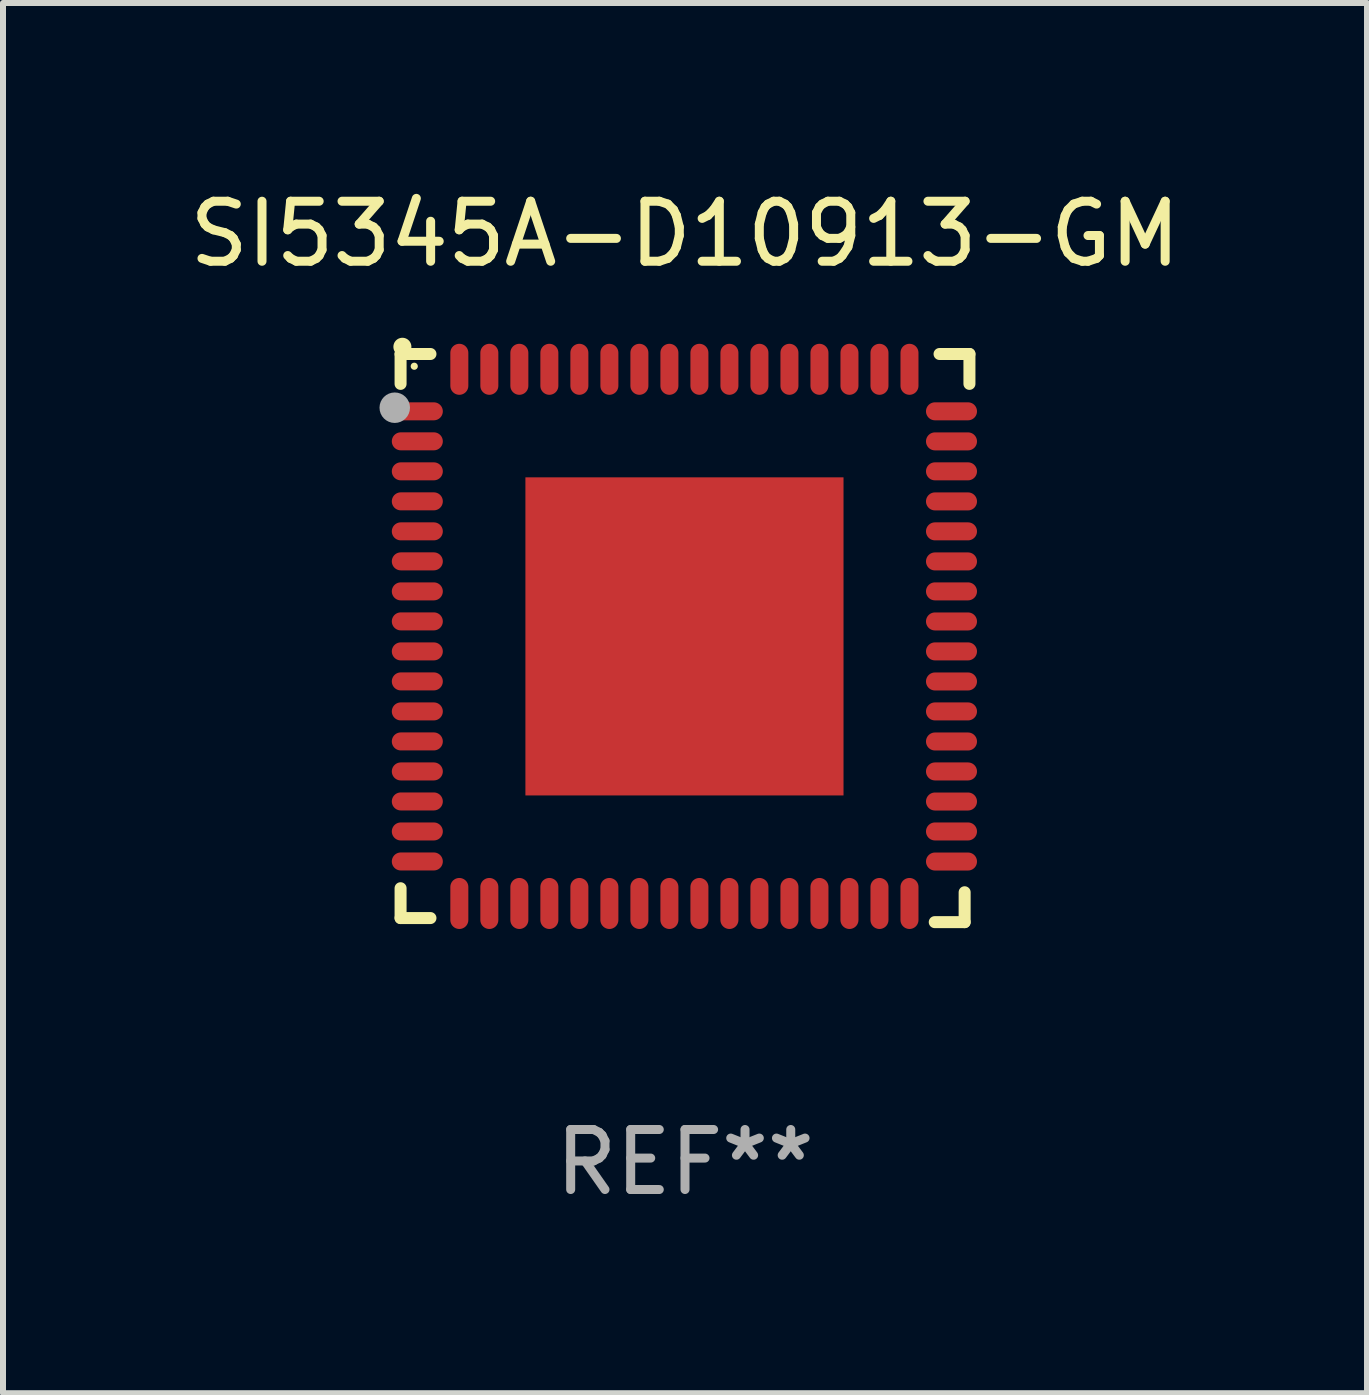
<source format=kicad_pcb>
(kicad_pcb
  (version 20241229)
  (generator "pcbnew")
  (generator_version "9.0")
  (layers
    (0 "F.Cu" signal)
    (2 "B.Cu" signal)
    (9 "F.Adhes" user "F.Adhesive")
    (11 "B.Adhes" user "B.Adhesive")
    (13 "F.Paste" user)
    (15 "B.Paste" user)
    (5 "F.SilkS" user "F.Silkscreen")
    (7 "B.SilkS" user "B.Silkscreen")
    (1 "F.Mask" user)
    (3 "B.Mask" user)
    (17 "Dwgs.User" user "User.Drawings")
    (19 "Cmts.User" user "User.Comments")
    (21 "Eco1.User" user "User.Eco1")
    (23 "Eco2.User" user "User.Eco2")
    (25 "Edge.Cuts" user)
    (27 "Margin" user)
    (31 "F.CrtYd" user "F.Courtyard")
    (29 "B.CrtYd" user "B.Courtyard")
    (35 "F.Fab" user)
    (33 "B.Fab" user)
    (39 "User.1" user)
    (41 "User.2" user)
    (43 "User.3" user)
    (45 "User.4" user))
  (footprint "SI5345A-D10913-GM"
    (layer "F.Cu")
    (at 8.363 7.581)
    (property "Reference" "SI5345A-D10913-GM" (at 0 -6.733 0) (layer "F.SilkS") (effects (font (size 1 1) (thickness 0.15))))
    (attr through_hole)
    (fp_line (start -4.739 -4.733) (end -4.241 -4.733) (stroke (width 0.2) (type solid)) (layer "F.SilkS"))
    (fp_line (start -4.739 -4.235) (end -4.739 -4.733) (stroke (width 0.2) (type solid)) (layer "F.SilkS"))
    (fp_line (start -4.739 4.168) (end -4.739 4.665) (stroke (width 0.2) (type solid)) (layer "F.SilkS"))
    (fp_line (start -4.739 4.665) (end -4.241 4.665) (stroke (width 0.2) (type solid)) (layer "F.SilkS"))
    (fp_line (start 4.161 4.733) (end 4.659 4.733) (stroke (width 0.2) (type solid)) (layer "F.SilkS"))
    (fp_line (start 4.241 -4.733) (end 4.739 -4.733) (stroke (width 0.2) (type solid)) (layer "F.SilkS"))
    (fp_line (start 4.659 4.733) (end 4.659 4.235) (stroke (width 0.2) (type solid)) (layer "F.SilkS"))
    (fp_line (start 4.739 -4.733) (end 4.739 -4.235) (stroke (width 0.2) (type solid)) (layer "F.SilkS"))
    (fp_arc (start -4.708623 -4.85108) (mid -4.708628 -4.85235) (end -4.708623 -4.85362) (stroke (width 0.3) (type solid)) (layer "F.SilkS"))
    (fp_circle (center -4.511 -4.529) (end -4.481 -4.529) (stroke (width 0.06) (type solid)) (fill no) (layer "F.SilkS"))
    (fp_circle (center -4.836 -3.838) (end -4.709 -3.838) (stroke (width 0.254) (type solid)) (fill no) (layer "F.Fab"))
    (fp_text user "REF**" (at 0 8.733 0) (layer "F.Fab") (effects (font (size 1 1) (thickness 0.15))))
    (pad "1" smd oval (at -4.46 -3.778) (size 0.85 0.3) (layers "F.Cu" "F.Mask" "F.Paste"))
    (pad "2" smd oval (at -4.46 -3.278) (size 0.85 0.3) (layers "F.Cu" "F.Mask" "F.Paste"))
    (pad "3" smd oval (at -4.46 -2.778) (size 0.85 0.3) (layers "F.Cu" "F.Mask" "F.Paste"))
    (pad "4" smd oval (at -4.46 -2.278) (size 0.85 0.3) (layers "F.Cu" "F.Mask" "F.Paste"))
    (pad "5" smd oval (at -4.46 -1.778) (size 0.85 0.3) (layers "F.Cu" "F.Mask" "F.Paste"))
    (pad "6" smd oval (at -4.46 -1.278) (size 0.85 0.3) (layers "F.Cu" "F.Mask" "F.Paste"))
    (pad "7" smd oval (at -4.46 -0.778) (size 0.85 0.3) (layers "F.Cu" "F.Mask" "F.Paste"))
    (pad "8" smd oval (at -4.46 -0.278) (size 0.85 0.3) (layers "F.Cu" "F.Mask" "F.Paste"))
    (pad "9" smd oval (at -4.46 0.222) (size 0.85 0.3) (layers "F.Cu" "F.Mask" "F.Paste"))
    (pad "10" smd oval (at -4.46 0.722) (size 0.85 0.3) (layers "F.Cu" "F.Mask" "F.Paste"))
    (pad "11" smd oval (at -4.46 1.222) (size 0.85 0.3) (layers "F.Cu" "F.Mask" "F.Paste"))
    (pad "12" smd oval (at -4.46 1.722) (size 0.85 0.3) (layers "F.Cu" "F.Mask" "F.Paste"))
    (pad "13" smd oval (at -4.46 2.222) (size 0.85 0.3) (layers "F.Cu" "F.Mask" "F.Paste"))
    (pad "14" smd oval (at -4.46 2.722) (size 0.85 0.3) (layers "F.Cu" "F.Mask" "F.Paste"))
    (pad "15" smd oval (at -4.46 3.222) (size 0.85 0.3) (layers "F.Cu" "F.Mask" "F.Paste"))
    (pad "16" smd oval (at -4.46 3.722) (size 0.85 0.3) (layers "F.Cu" "F.Mask" "F.Paste"))
    (pad "17" smd oval (at -3.76 4.422) (size 0.3 0.85) (layers "F.Cu" "F.Mask" "F.Paste"))
    (pad "18" smd oval (at -3.26 4.422) (size 0.3 0.85) (layers "F.Cu" "F.Mask" "F.Paste"))
    (pad "19" smd oval (at -2.76 4.422) (size 0.3 0.85) (layers "F.Cu" "F.Mask" "F.Paste"))
    (pad "20" smd oval (at -2.26 4.422) (size 0.3 0.85) (layers "F.Cu" "F.Mask" "F.Paste"))
    (pad "21" smd oval (at -1.76 4.422) (size 0.3 0.85) (layers "F.Cu" "F.Mask" "F.Paste"))
    (pad "22" smd oval (at -1.26 4.422) (size 0.3 0.85) (layers "F.Cu" "F.Mask" "F.Paste"))
    (pad "23" smd oval (at -0.76 4.422) (size 0.3 0.85) (layers "F.Cu" "F.Mask" "F.Paste"))
    (pad "24" smd oval (at -0.26 4.422) (size 0.3 0.85) (layers "F.Cu" "F.Mask" "F.Paste"))
    (pad "25" smd oval (at 0.24 4.422) (size 0.3 0.85) (layers "F.Cu" "F.Mask" "F.Paste"))
    (pad "26" smd oval (at 0.74 4.422) (size 0.3 0.85) (layers "F.Cu" "F.Mask" "F.Paste"))
    (pad "27" smd oval (at 1.24 4.422) (size 0.3 0.85) (layers "F.Cu" "F.Mask" "F.Paste"))
    (pad "28" smd oval (at 1.74 4.422) (size 0.3 0.85) (layers "F.Cu" "F.Mask" "F.Paste"))
    (pad "29" smd oval (at 2.24 4.422) (size 0.3 0.85) (layers "F.Cu" "F.Mask" "F.Paste"))
    (pad "30" smd oval (at 2.74 4.422) (size 0.3 0.85) (layers "F.Cu" "F.Mask" "F.Paste"))
    (pad "31" smd oval (at 3.24 4.422) (size 0.3 0.85) (layers "F.Cu" "F.Mask" "F.Paste"))
    (pad "32" smd oval (at 3.74 4.422) (size 0.3 0.85) (layers "F.Cu" "F.Mask" "F.Paste"))
    (pad "33" smd oval (at 4.44 3.723) (size 0.85 0.3) (layers "F.Cu" "F.Mask" "F.Paste"))
    (pad "34" smd oval (at 4.44 3.222) (size 0.85 0.3) (layers "F.Cu" "F.Mask" "F.Paste"))
    (pad "35" smd oval (at 4.44 2.723) (size 0.85 0.3) (layers "F.Cu" "F.Mask" "F.Paste"))
    (pad "36" smd oval (at 4.44 2.222) (size 0.85 0.3) (layers "F.Cu" "F.Mask" "F.Paste"))
    (pad "37" smd oval (at 4.44 1.723) (size 0.85 0.3) (layers "F.Cu" "F.Mask" "F.Paste"))
    (pad "38" smd oval (at 4.44 1.222) (size 0.85 0.3) (layers "F.Cu" "F.Mask" "F.Paste"))
    (pad "39" smd oval (at 4.44 0.723) (size 0.85 0.3) (layers "F.Cu" "F.Mask" "F.Paste"))
    (pad "40" smd oval (at 4.44 0.222) (size 0.85 0.3) (layers "F.Cu" "F.Mask" "F.Paste"))
    (pad "41" smd oval (at 4.44 -0.277) (size 0.85 0.3) (layers "F.Cu" "F.Mask" "F.Paste"))
    (pad "42" smd oval (at 4.44 -0.778) (size 0.85 0.3) (layers "F.Cu" "F.Mask" "F.Paste"))
    (pad "43" smd oval (at 4.44 -1.277) (size 0.85 0.3) (layers "F.Cu" "F.Mask" "F.Paste"))
    (pad "44" smd oval (at 4.44 -1.778) (size 0.85 0.3) (layers "F.Cu" "F.Mask" "F.Paste"))
    (pad "45" smd oval (at 4.44 -2.277) (size 0.85 0.3) (layers "F.Cu" "F.Mask" "F.Paste"))
    (pad "46" smd oval (at 4.44 -2.778) (size 0.85 0.3) (layers "F.Cu" "F.Mask" "F.Paste"))
    (pad "47" smd oval (at 4.44 -3.277) (size 0.85 0.3) (layers "F.Cu" "F.Mask" "F.Paste"))
    (pad "48" smd oval (at 4.44 -3.778) (size 0.85 0.3) (layers "F.Cu" "F.Mask" "F.Paste"))
    (pad "49" smd oval (at 3.74 -4.478) (size 0.3 0.85) (layers "F.Cu" "F.Mask" "F.Paste"))
    (pad "50" smd oval (at 3.24 -4.478) (size 0.3 0.85) (layers "F.Cu" "F.Mask" "F.Paste"))
    (pad "51" smd oval (at 2.74 -4.478) (size 0.3 0.85) (layers "F.Cu" "F.Mask" "F.Paste"))
    (pad "52" smd oval (at 2.24 -4.478) (size 0.3 0.85) (layers "F.Cu" "F.Mask" "F.Paste"))
    (pad "53" smd oval (at 1.74 -4.478) (size 0.3 0.85) (layers "F.Cu" "F.Mask" "F.Paste"))
    (pad "54" smd oval (at 1.24 -4.478) (size 0.3 0.85) (layers "F.Cu" "F.Mask" "F.Paste"))
    (pad "55" smd oval (at 0.74 -4.478) (size 0.3 0.85) (layers "F.Cu" "F.Mask" "F.Paste"))
    (pad "56" smd oval (at 0.24 -4.478) (size 0.3 0.85) (layers "F.Cu" "F.Mask" "F.Paste"))
    (pad "57" smd oval (at -0.26 -4.478) (size 0.3 0.85) (layers "F.Cu" "F.Mask" "F.Paste"))
    (pad "58" smd oval (at -0.76 -4.478) (size 0.3 0.85) (layers "F.Cu" "F.Mask" "F.Paste"))
    (pad "59" smd oval (at -1.26 -4.478) (size 0.3 0.85) (layers "F.Cu" "F.Mask" "F.Paste"))
    (pad "60" smd oval (at -1.76 -4.478) (size 0.3 0.85) (layers "F.Cu" "F.Mask" "F.Paste"))
    (pad "61" smd oval (at -2.26 -4.478) (size 0.3 0.85) (layers "F.Cu" "F.Mask" "F.Paste"))
    (pad "62" smd oval (at -2.76 -4.478) (size 0.3 0.85) (layers "F.Cu" "F.Mask" "F.Paste"))
    (pad "63" smd oval (at -3.26 -4.478) (size 0.3 0.85) (layers "F.Cu" "F.Mask" "F.Paste"))
    (pad "64" smd oval (at -3.76 -4.478) (size 0.3 0.85) (layers "F.Cu" "F.Mask" "F.Paste"))
    (pad "65" smd rect (at -0.009 -0.028 90) (size 5.3 5.3) (layers "F.Cu" "F.Mask" "F.Paste")))
  (gr_rect
    (start -3 -3)
    (end 19.726 20.162)
    (stroke (width 0.1) (type default))
    (fill no)
    (layer "Edge.Cuts")))
</source>
